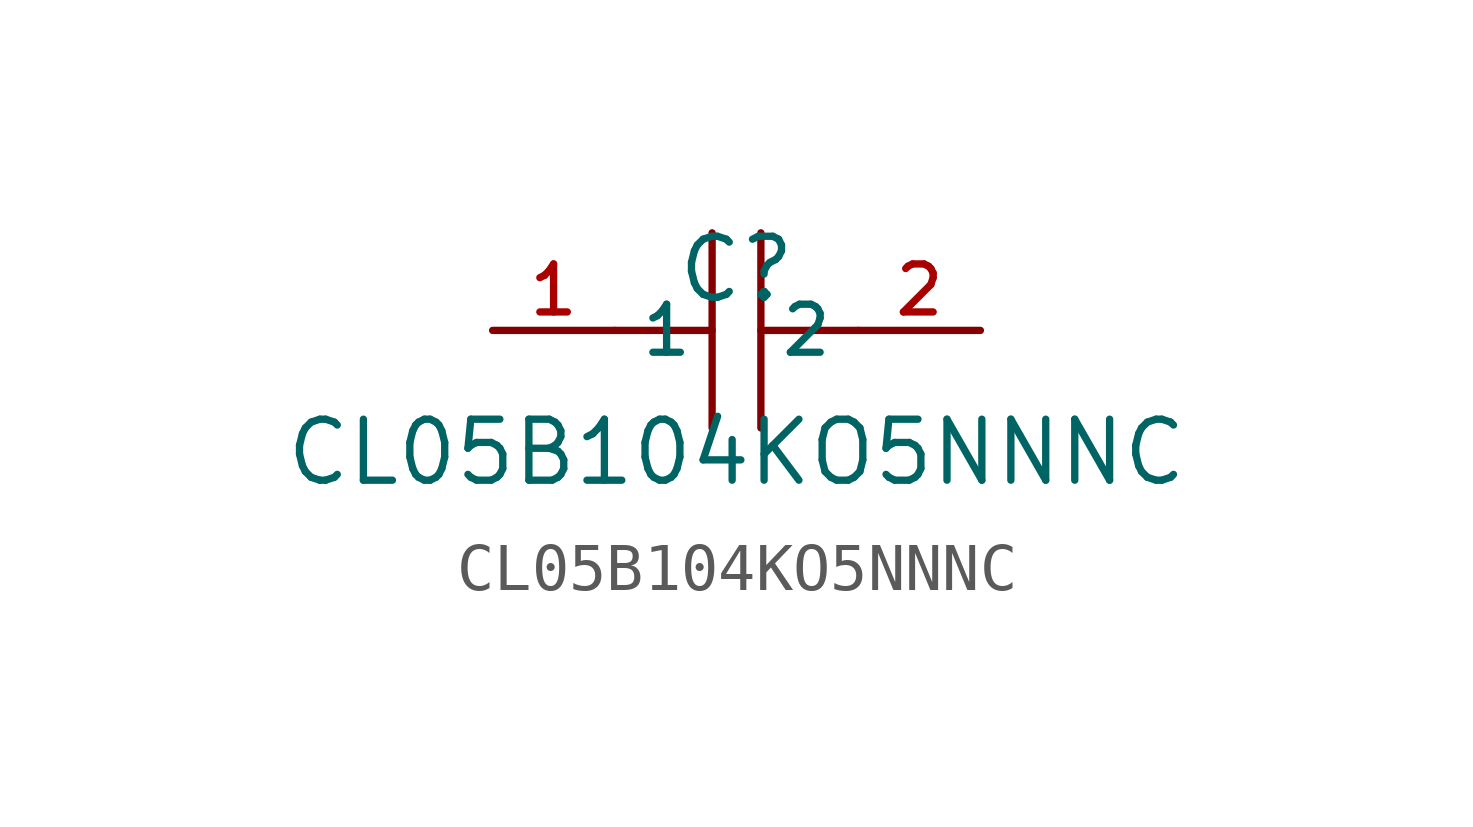
<source format=kicad_sym>
(kicad_symbol_lib
  (version 20210201)
  (generator TousstNicolas/JLC2KiCad_lib)
  (symbol "CL05B104KO5NNNC"
    (property "Reference" "C"
      (at 0 1.27 0)
      (effects (font (size 1.27 1.27))))
    (property "Value" "CL05B104KO5NNNC"
      (at 0 -2.54 0)
      (effects (font (size 1.27 1.27))))
    (symbol "CL05B104KO5NNNC_0_1"
      (polyline (pts (xy -0.508 -0.0) (xy -2.54 -0.0)) (stroke (width 0) (type default) (color 0 0 0 0)) (fill (type none)))
      (pin unspecified line (at 5.08 -0.0 180) (length 2.54) (name "2" (effects (font (size 1 1)))) (number "2" (effects (font (size 1 1)))))
      (polyline (pts (xy 0.508 2.032) (xy 0.508 -2.032)) (stroke (width 0) (type default) (color 0 0 0 0)) (fill (type none)))
      (polyline (pts (xy 2.54 -0.0) (xy 0.508 -0.0)) (stroke (width 0) (type default) (color 0 0 0 0)) (fill (type none)))
      (pin unspecified line (at -5.08 -0.0 0) (length 2.54) (name "1" (effects (font (size 1 1)))) (number "1" (effects (font (size 1 1)))))
      (polyline (pts (xy -0.508 -2.032) (xy -0.508 2.032)) (stroke (width 0) (type default) (color 0 0 0 0)) (fill (type none))))))
</source>
